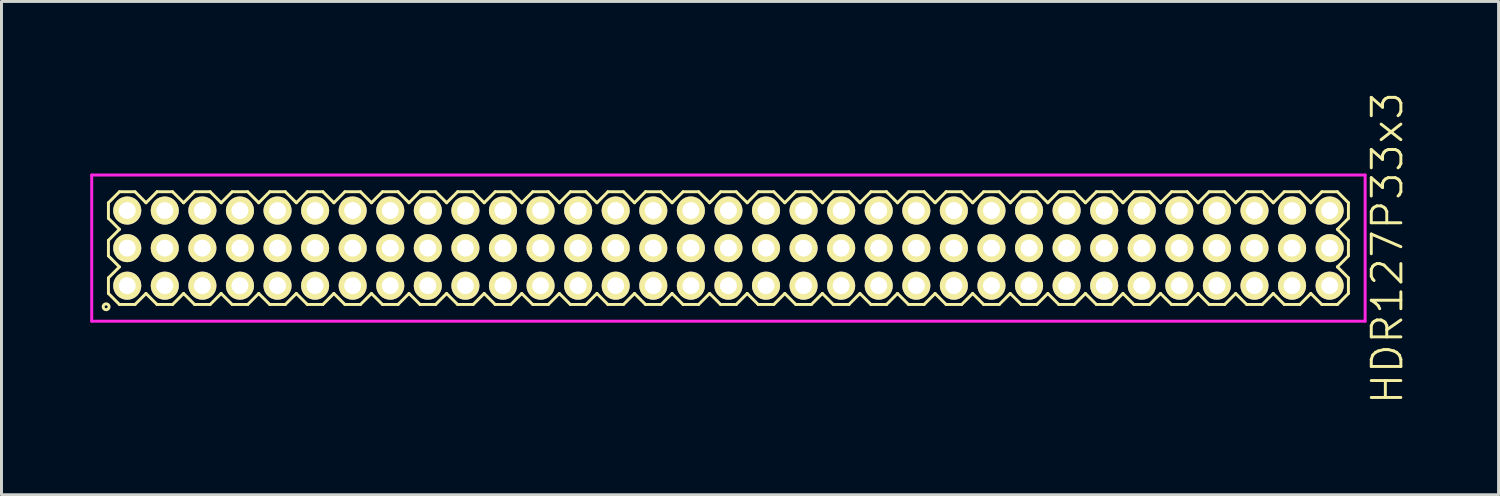
<source format=kicad_pcb>
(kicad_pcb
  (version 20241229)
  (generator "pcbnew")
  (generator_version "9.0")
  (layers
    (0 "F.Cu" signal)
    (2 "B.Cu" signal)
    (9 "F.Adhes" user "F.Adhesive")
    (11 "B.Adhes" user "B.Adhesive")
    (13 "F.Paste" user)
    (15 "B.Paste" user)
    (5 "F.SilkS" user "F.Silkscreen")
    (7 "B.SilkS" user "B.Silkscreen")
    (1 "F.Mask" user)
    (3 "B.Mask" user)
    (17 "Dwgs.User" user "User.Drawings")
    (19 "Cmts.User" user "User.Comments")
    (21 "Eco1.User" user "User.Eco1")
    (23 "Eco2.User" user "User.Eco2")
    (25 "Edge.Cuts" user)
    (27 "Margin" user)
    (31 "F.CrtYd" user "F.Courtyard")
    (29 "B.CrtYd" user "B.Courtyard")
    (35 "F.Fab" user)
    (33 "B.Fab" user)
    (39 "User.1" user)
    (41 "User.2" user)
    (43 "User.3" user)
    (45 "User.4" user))
  (footprint "HDR127P33x3"
    (layer "F.Cu")
    (at 21.57 5.336)
    (property "Reference" "HDR127P33x3" (at 22.27 0 90) (layer "F.SilkS") (effects (font (size 1 1) (thickness 0.1))))
    (attr through_hole)
    (fp_line (start -20.955 -1.533) (end -20.583 -1.905) (stroke (width 0.1) (type solid)) (layer "F.SilkS"))
    (fp_line (start -20.955 -1.007) (end -20.955 -1.533) (stroke (width 0.1) (type solid)) (layer "F.SilkS"))
    (fp_line (start -20.955 -0.263) (end -20.583 -0.635) (stroke (width 0.1) (type solid)) (layer "F.SilkS"))
    (fp_line (start -20.955 0.263) (end -20.955 -0.263) (stroke (width 0.1) (type solid)) (layer "F.SilkS"))
    (fp_line (start -20.955 1.007) (end -20.583 0.635) (stroke (width 0.1) (type solid)) (layer "F.SilkS"))
    (fp_line (start -20.955 1.533) (end -20.955 1.007) (stroke (width 0.1) (type solid)) (layer "F.SilkS"))
    (fp_line (start -20.583 -1.905) (end -20.057 -1.905) (stroke (width 0.1) (type solid)) (layer "F.SilkS"))
    (fp_line (start -20.583 -0.635) (end -20.955 -1.007) (stroke (width 0.1) (type solid)) (layer "F.SilkS"))
    (fp_line (start -20.583 0.635) (end -20.955 0.263) (stroke (width 0.1) (type solid)) (layer "F.SilkS"))
    (fp_line (start -20.583 1.905) (end -20.955 1.533) (stroke (width 0.1) (type solid)) (layer "F.SilkS"))
    (fp_line (start -20.057 -1.905) (end -19.685 -1.533) (stroke (width 0.1) (type solid)) (layer "F.SilkS"))
    (fp_line (start -20.057 1.905) (end -20.583 1.905) (stroke (width 0.1) (type solid)) (layer "F.SilkS"))
    (fp_line (start -19.685 -1.533) (end -19.313 -1.905) (stroke (width 0.1) (type solid)) (layer "F.SilkS"))
    (fp_line (start -19.685 1.533) (end -20.057 1.905) (stroke (width 0.1) (type solid)) (layer "F.SilkS"))
    (fp_line (start -19.313 -1.905) (end -18.787 -1.905) (stroke (width 0.1) (type solid)) (layer "F.SilkS"))
    (fp_line (start -19.313 1.905) (end -19.685 1.533) (stroke (width 0.1) (type solid)) (layer "F.SilkS"))
    (fp_line (start -18.787 -1.905) (end -18.415 -1.533) (stroke (width 0.1) (type solid)) (layer "F.SilkS"))
    (fp_line (start -18.787 1.905) (end -19.313 1.905) (stroke (width 0.1) (type solid)) (layer "F.SilkS"))
    (fp_line (start -18.415 -1.533) (end -18.043 -1.905) (stroke (width 0.1) (type solid)) (layer "F.SilkS"))
    (fp_line (start -18.415 1.533) (end -18.787 1.905) (stroke (width 0.1) (type solid)) (layer "F.SilkS"))
    (fp_line (start -18.043 -1.905) (end -17.517 -1.905) (stroke (width 0.1) (type solid)) (layer "F.SilkS"))
    (fp_line (start -18.043 1.905) (end -18.415 1.533) (stroke (width 0.1) (type solid)) (layer "F.SilkS"))
    (fp_line (start -17.517 -1.905) (end -17.145 -1.533) (stroke (width 0.1) (type solid)) (layer "F.SilkS"))
    (fp_line (start -17.517 1.905) (end -18.043 1.905) (stroke (width 0.1) (type solid)) (layer "F.SilkS"))
    (fp_line (start -17.145 -1.533) (end -16.773 -1.905) (stroke (width 0.1) (type solid)) (layer "F.SilkS"))
    (fp_line (start -17.145 1.533) (end -17.517 1.905) (stroke (width 0.1) (type solid)) (layer "F.SilkS"))
    (fp_line (start -16.773 -1.905) (end -16.247 -1.905) (stroke (width 0.1) (type solid)) (layer "F.SilkS"))
    (fp_line (start -16.773 1.905) (end -17.145 1.533) (stroke (width 0.1) (type solid)) (layer "F.SilkS"))
    (fp_line (start -16.247 -1.905) (end -15.875 -1.533) (stroke (width 0.1) (type solid)) (layer "F.SilkS"))
    (fp_line (start -16.247 1.905) (end -16.773 1.905) (stroke (width 0.1) (type solid)) (layer "F.SilkS"))
    (fp_line (start -15.875 -1.533) (end -15.503 -1.905) (stroke (width 0.1) (type solid)) (layer "F.SilkS"))
    (fp_line (start -15.875 1.533) (end -16.247 1.905) (stroke (width 0.1) (type solid)) (layer "F.SilkS"))
    (fp_line (start -15.503 -1.905) (end -14.977 -1.905) (stroke (width 0.1) (type solid)) (layer "F.SilkS"))
    (fp_line (start -15.503 1.905) (end -15.875 1.533) (stroke (width 0.1) (type solid)) (layer "F.SilkS"))
    (fp_line (start -14.977 -1.905) (end -14.605 -1.533) (stroke (width 0.1) (type solid)) (layer "F.SilkS"))
    (fp_line (start -14.977 1.905) (end -15.503 1.905) (stroke (width 0.1) (type solid)) (layer "F.SilkS"))
    (fp_line (start -14.605 -1.533) (end -14.233 -1.905) (stroke (width 0.1) (type solid)) (layer "F.SilkS"))
    (fp_line (start -14.605 1.533) (end -14.977 1.905) (stroke (width 0.1) (type solid)) (layer "F.SilkS"))
    (fp_line (start -14.233 -1.905) (end -13.707 -1.905) (stroke (width 0.1) (type solid)) (layer "F.SilkS"))
    (fp_line (start -14.233 1.905) (end -14.605 1.533) (stroke (width 0.1) (type solid)) (layer "F.SilkS"))
    (fp_line (start -13.707 -1.905) (end -13.335 -1.533) (stroke (width 0.1) (type solid)) (layer "F.SilkS"))
    (fp_line (start -13.707 1.905) (end -14.233 1.905) (stroke (width 0.1) (type solid)) (layer "F.SilkS"))
    (fp_line (start -13.335 -1.533) (end -12.963 -1.905) (stroke (width 0.1) (type solid)) (layer "F.SilkS"))
    (fp_line (start -13.335 1.533) (end -13.707 1.905) (stroke (width 0.1) (type solid)) (layer "F.SilkS"))
    (fp_line (start -12.963 -1.905) (end -12.437 -1.905) (stroke (width 0.1) (type solid)) (layer "F.SilkS"))
    (fp_line (start -12.963 1.905) (end -13.335 1.533) (stroke (width 0.1) (type solid)) (layer "F.SilkS"))
    (fp_line (start -12.437 -1.905) (end -12.065 -1.533) (stroke (width 0.1) (type solid)) (layer "F.SilkS"))
    (fp_line (start -12.437 1.905) (end -12.963 1.905) (stroke (width 0.1) (type solid)) (layer "F.SilkS"))
    (fp_line (start -12.065 -1.533) (end -11.693 -1.905) (stroke (width 0.1) (type solid)) (layer "F.SilkS"))
    (fp_line (start -12.065 1.533) (end -12.437 1.905) (stroke (width 0.1) (type solid)) (layer "F.SilkS"))
    (fp_line (start -11.693 -1.905) (end -11.167 -1.905) (stroke (width 0.1) (type solid)) (layer "F.SilkS"))
    (fp_line (start -11.693 1.905) (end -12.065 1.533) (stroke (width 0.1) (type solid)) (layer "F.SilkS"))
    (fp_line (start -11.167 -1.905) (end -10.795 -1.533) (stroke (width 0.1) (type solid)) (layer "F.SilkS"))
    (fp_line (start -11.167 1.905) (end -11.693 1.905) (stroke (width 0.1) (type solid)) (layer "F.SilkS"))
    (fp_line (start -10.795 -1.533) (end -10.423 -1.905) (stroke (width 0.1) (type solid)) (layer "F.SilkS"))
    (fp_line (start -10.795 1.533) (end -11.167 1.905) (stroke (width 0.1) (type solid)) (layer "F.SilkS"))
    (fp_line (start -10.423 -1.905) (end -9.897 -1.905) (stroke (width 0.1) (type solid)) (layer "F.SilkS"))
    (fp_line (start -10.423 1.905) (end -10.795 1.533) (stroke (width 0.1) (type solid)) (layer "F.SilkS"))
    (fp_line (start -9.897 -1.905) (end -9.525 -1.533) (stroke (width 0.1) (type solid)) (layer "F.SilkS"))
    (fp_line (start -9.897 1.905) (end -10.423 1.905) (stroke (width 0.1) (type solid)) (layer "F.SilkS"))
    (fp_line (start -9.525 -1.533) (end -9.153 -1.905) (stroke (width 0.1) (type solid)) (layer "F.SilkS"))
    (fp_line (start -9.525 1.533) (end -9.897 1.905) (stroke (width 0.1) (type solid)) (layer "F.SilkS"))
    (fp_line (start -9.153 -1.905) (end -8.627 -1.905) (stroke (width 0.1) (type solid)) (layer "F.SilkS"))
    (fp_line (start -9.153 1.905) (end -9.525 1.533) (stroke (width 0.1) (type solid)) (layer "F.SilkS"))
    (fp_line (start -8.627 -1.905) (end -8.255 -1.533) (stroke (width 0.1) (type solid)) (layer "F.SilkS"))
    (fp_line (start -8.627 1.905) (end -9.153 1.905) (stroke (width 0.1) (type solid)) (layer "F.SilkS"))
    (fp_line (start -8.255 -1.533) (end -7.883 -1.905) (stroke (width 0.1) (type solid)) (layer "F.SilkS"))
    (fp_line (start -8.255 1.533) (end -8.627 1.905) (stroke (width 0.1) (type solid)) (layer "F.SilkS"))
    (fp_line (start -7.883 -1.905) (end -7.357 -1.905) (stroke (width 0.1) (type solid)) (layer "F.SilkS"))
    (fp_line (start -7.883 1.905) (end -8.255 1.533) (stroke (width 0.1) (type solid)) (layer "F.SilkS"))
    (fp_line (start -7.357 -1.905) (end -6.985 -1.533) (stroke (width 0.1) (type solid)) (layer "F.SilkS"))
    (fp_line (start -7.357 1.905) (end -7.883 1.905) (stroke (width 0.1) (type solid)) (layer "F.SilkS"))
    (fp_line (start -6.985 -1.533) (end -6.613 -1.905) (stroke (width 0.1) (type solid)) (layer "F.SilkS"))
    (fp_line (start -6.985 1.533) (end -7.357 1.905) (stroke (width 0.1) (type solid)) (layer "F.SilkS"))
    (fp_line (start -6.613 -1.905) (end -6.087 -1.905) (stroke (width 0.1) (type solid)) (layer "F.SilkS"))
    (fp_line (start -6.613 1.905) (end -6.985 1.533) (stroke (width 0.1) (type solid)) (layer "F.SilkS"))
    (fp_line (start -6.087 -1.905) (end -5.715 -1.533) (stroke (width 0.1) (type solid)) (layer "F.SilkS"))
    (fp_line (start -6.087 1.905) (end -6.613 1.905) (stroke (width 0.1) (type solid)) (layer "F.SilkS"))
    (fp_line (start -5.715 -1.533) (end -5.343 -1.905) (stroke (width 0.1) (type solid)) (layer "F.SilkS"))
    (fp_line (start -5.715 1.533) (end -6.087 1.905) (stroke (width 0.1) (type solid)) (layer "F.SilkS"))
    (fp_line (start -5.343 -1.905) (end -4.817 -1.905) (stroke (width 0.1) (type solid)) (layer "F.SilkS"))
    (fp_line (start -5.343 1.905) (end -5.715 1.533) (stroke (width 0.1) (type solid)) (layer "F.SilkS"))
    (fp_line (start -4.817 -1.905) (end -4.445 -1.533) (stroke (width 0.1) (type solid)) (layer "F.SilkS"))
    (fp_line (start -4.817 1.905) (end -5.343 1.905) (stroke (width 0.1) (type solid)) (layer "F.SilkS"))
    (fp_line (start -4.445 -1.533) (end -4.073 -1.905) (stroke (width 0.1) (type solid)) (layer "F.SilkS"))
    (fp_line (start -4.445 1.533) (end -4.817 1.905) (stroke (width 0.1) (type solid)) (layer "F.SilkS"))
    (fp_line (start -4.073 -1.905) (end -3.547 -1.905) (stroke (width 0.1) (type solid)) (layer "F.SilkS"))
    (fp_line (start -4.073 1.905) (end -4.445 1.533) (stroke (width 0.1) (type solid)) (layer "F.SilkS"))
    (fp_line (start -3.547 -1.905) (end -3.175 -1.533) (stroke (width 0.1) (type solid)) (layer "F.SilkS"))
    (fp_line (start -3.547 1.905) (end -4.073 1.905) (stroke (width 0.1) (type solid)) (layer "F.SilkS"))
    (fp_line (start -3.175 -1.533) (end -2.803 -1.905) (stroke (width 0.1) (type solid)) (layer "F.SilkS"))
    (fp_line (start -3.175 1.533) (end -3.547 1.905) (stroke (width 0.1) (type solid)) (layer "F.SilkS"))
    (fp_line (start -2.803 -1.905) (end -2.277 -1.905) (stroke (width 0.1) (type solid)) (layer "F.SilkS"))
    (fp_line (start -2.803 1.905) (end -3.175 1.533) (stroke (width 0.1) (type solid)) (layer "F.SilkS"))
    (fp_line (start -2.277 -1.905) (end -1.905 -1.533) (stroke (width 0.1) (type solid)) (layer "F.SilkS"))
    (fp_line (start -2.277 1.905) (end -2.803 1.905) (stroke (width 0.1) (type solid)) (layer "F.SilkS"))
    (fp_line (start -1.905 -1.533) (end -1.533 -1.905) (stroke (width 0.1) (type solid)) (layer "F.SilkS"))
    (fp_line (start -1.905 1.533) (end -2.277 1.905) (stroke (width 0.1) (type solid)) (layer "F.SilkS"))
    (fp_line (start -1.533 -1.905) (end -1.007 -1.905) (stroke (width 0.1) (type solid)) (layer "F.SilkS"))
    (fp_line (start -1.533 1.905) (end -1.905 1.533) (stroke (width 0.1) (type solid)) (layer "F.SilkS"))
    (fp_line (start -1.007 -1.905) (end -0.635 -1.533) (stroke (width 0.1) (type solid)) (layer "F.SilkS"))
    (fp_line (start -1.007 1.905) (end -1.533 1.905) (stroke (width 0.1) (type solid)) (layer "F.SilkS"))
    (fp_line (start -0.635 -1.533) (end -0.263 -1.905) (stroke (width 0.1) (type solid)) (layer "F.SilkS"))
    (fp_line (start -0.635 1.533) (end -1.007 1.905) (stroke (width 0.1) (type solid)) (layer "F.SilkS"))
    (fp_line (start -0.263 -1.905) (end 0.263 -1.905) (stroke (width 0.1) (type solid)) (layer "F.SilkS"))
    (fp_line (start -0.263 1.905) (end -0.635 1.533) (stroke (width 0.1) (type solid)) (layer "F.SilkS"))
    (fp_line (start 0.263 -1.905) (end 0.635 -1.533) (stroke (width 0.1) (type solid)) (layer "F.SilkS"))
    (fp_line (start 0.263 1.905) (end -0.263 1.905) (stroke (width 0.1) (type solid)) (layer "F.SilkS"))
    (fp_line (start 0.635 -1.533) (end 1.007 -1.905) (stroke (width 0.1) (type solid)) (layer "F.SilkS"))
    (fp_line (start 0.635 1.533) (end 0.263 1.905) (stroke (width 0.1) (type solid)) (layer "F.SilkS"))
    (fp_line (start 1.007 -1.905) (end 1.533 -1.905) (stroke (width 0.1) (type solid)) (layer "F.SilkS"))
    (fp_line (start 1.007 1.905) (end 0.635 1.533) (stroke (width 0.1) (type solid)) (layer "F.SilkS"))
    (fp_line (start 1.533 -1.905) (end 1.905 -1.533) (stroke (width 0.1) (type solid)) (layer "F.SilkS"))
    (fp_line (start 1.533 1.905) (end 1.007 1.905) (stroke (width 0.1) (type solid)) (layer "F.SilkS"))
    (fp_line (start 1.905 -1.533) (end 2.277 -1.905) (stroke (width 0.1) (type solid)) (layer "F.SilkS"))
    (fp_line (start 1.905 1.533) (end 1.533 1.905) (stroke (width 0.1) (type solid)) (layer "F.SilkS"))
    (fp_line (start 2.277 -1.905) (end 2.803 -1.905) (stroke (width 0.1) (type solid)) (layer "F.SilkS"))
    (fp_line (start 2.277 1.905) (end 1.905 1.533) (stroke (width 0.1) (type solid)) (layer "F.SilkS"))
    (fp_line (start 2.803 -1.905) (end 3.175 -1.533) (stroke (width 0.1) (type solid)) (layer "F.SilkS"))
    (fp_line (start 2.803 1.905) (end 2.277 1.905) (stroke (width 0.1) (type solid)) (layer "F.SilkS"))
    (fp_line (start 3.175 -1.533) (end 3.547 -1.905) (stroke (width 0.1) (type solid)) (layer "F.SilkS"))
    (fp_line (start 3.175 1.533) (end 2.803 1.905) (stroke (width 0.1) (type solid)) (layer "F.SilkS"))
    (fp_line (start 3.547 -1.905) (end 4.073 -1.905) (stroke (width 0.1) (type solid)) (layer "F.SilkS"))
    (fp_line (start 3.547 1.905) (end 3.175 1.533) (stroke (width 0.1) (type solid)) (layer "F.SilkS"))
    (fp_line (start 4.073 -1.905) (end 4.445 -1.533) (stroke (width 0.1) (type solid)) (layer "F.SilkS"))
    (fp_line (start 4.073 1.905) (end 3.547 1.905) (stroke (width 0.1) (type solid)) (layer "F.SilkS"))
    (fp_line (start 4.445 -1.533) (end 4.817 -1.905) (stroke (width 0.1) (type solid)) (layer "F.SilkS"))
    (fp_line (start 4.445 1.533) (end 4.073 1.905) (stroke (width 0.1) (type solid)) (layer "F.SilkS"))
    (fp_line (start 4.817 -1.905) (end 5.343 -1.905) (stroke (width 0.1) (type solid)) (layer "F.SilkS"))
    (fp_line (start 4.817 1.905) (end 4.445 1.533) (stroke (width 0.1) (type solid)) (layer "F.SilkS"))
    (fp_line (start 5.343 -1.905) (end 5.715 -1.533) (stroke (width 0.1) (type solid)) (layer "F.SilkS"))
    (fp_line (start 5.343 1.905) (end 4.817 1.905) (stroke (width 0.1) (type solid)) (layer "F.SilkS"))
    (fp_line (start 5.715 -1.533) (end 6.087 -1.905) (stroke (width 0.1) (type solid)) (layer "F.SilkS"))
    (fp_line (start 5.715 1.533) (end 5.343 1.905) (stroke (width 0.1) (type solid)) (layer "F.SilkS"))
    (fp_line (start 6.087 -1.905) (end 6.613 -1.905) (stroke (width 0.1) (type solid)) (layer "F.SilkS"))
    (fp_line (start 6.087 1.905) (end 5.715 1.533) (stroke (width 0.1) (type solid)) (layer "F.SilkS"))
    (fp_line (start 6.613 -1.905) (end 6.985 -1.533) (stroke (width 0.1) (type solid)) (layer "F.SilkS"))
    (fp_line (start 6.613 1.905) (end 6.087 1.905) (stroke (width 0.1) (type solid)) (layer "F.SilkS"))
    (fp_line (start 6.985 -1.533) (end 7.357 -1.905) (stroke (width 0.1) (type solid)) (layer "F.SilkS"))
    (fp_line (start 6.985 1.533) (end 6.613 1.905) (stroke (width 0.1) (type solid)) (layer "F.SilkS"))
    (fp_line (start 7.357 -1.905) (end 7.883 -1.905) (stroke (width 0.1) (type solid)) (layer "F.SilkS"))
    (fp_line (start 7.357 1.905) (end 6.985 1.533) (stroke (width 0.1) (type solid)) (layer "F.SilkS"))
    (fp_line (start 7.883 -1.905) (end 8.255 -1.533) (stroke (width 0.1) (type solid)) (layer "F.SilkS"))
    (fp_line (start 7.883 1.905) (end 7.357 1.905) (stroke (width 0.1) (type solid)) (layer "F.SilkS"))
    (fp_line (start 8.255 -1.533) (end 8.627 -1.905) (stroke (width 0.1) (type solid)) (layer "F.SilkS"))
    (fp_line (start 8.255 1.533) (end 7.883 1.905) (stroke (width 0.1) (type solid)) (layer "F.SilkS"))
    (fp_line (start 8.627 -1.905) (end 9.153 -1.905) (stroke (width 0.1) (type solid)) (layer "F.SilkS"))
    (fp_line (start 8.627 1.905) (end 8.255 1.533) (stroke (width 0.1) (type solid)) (layer "F.SilkS"))
    (fp_line (start 9.153 -1.905) (end 9.525 -1.533) (stroke (width 0.1) (type solid)) (layer "F.SilkS"))
    (fp_line (start 9.153 1.905) (end 8.627 1.905) (stroke (width 0.1) (type solid)) (layer "F.SilkS"))
    (fp_line (start 9.525 -1.533) (end 9.897 -1.905) (stroke (width 0.1) (type solid)) (layer "F.SilkS"))
    (fp_line (start 9.525 1.533) (end 9.153 1.905) (stroke (width 0.1) (type solid)) (layer "F.SilkS"))
    (fp_line (start 9.897 -1.905) (end 10.423 -1.905) (stroke (width 0.1) (type solid)) (layer "F.SilkS"))
    (fp_line (start 9.897 1.905) (end 9.525 1.533) (stroke (width 0.1) (type solid)) (layer "F.SilkS"))
    (fp_line (start 10.423 -1.905) (end 10.795 -1.533) (stroke (width 0.1) (type solid)) (layer "F.SilkS"))
    (fp_line (start 10.423 1.905) (end 9.897 1.905) (stroke (width 0.1) (type solid)) (layer "F.SilkS"))
    (fp_line (start 10.795 -1.533) (end 11.167 -1.905) (stroke (width 0.1) (type solid)) (layer "F.SilkS"))
    (fp_line (start 10.795 1.533) (end 10.423 1.905) (stroke (width 0.1) (type solid)) (layer "F.SilkS"))
    (fp_line (start 11.167 -1.905) (end 11.693 -1.905) (stroke (width 0.1) (type solid)) (layer "F.SilkS"))
    (fp_line (start 11.167 1.905) (end 10.795 1.533) (stroke (width 0.1) (type solid)) (layer "F.SilkS"))
    (fp_line (start 11.693 -1.905) (end 12.065 -1.533) (stroke (width 0.1) (type solid)) (layer "F.SilkS"))
    (fp_line (start 11.693 1.905) (end 11.167 1.905) (stroke (width 0.1) (type solid)) (layer "F.SilkS"))
    (fp_line (start 12.065 -1.533) (end 12.437 -1.905) (stroke (width 0.1) (type solid)) (layer "F.SilkS"))
    (fp_line (start 12.065 1.533) (end 11.693 1.905) (stroke (width 0.1) (type solid)) (layer "F.SilkS"))
    (fp_line (start 12.437 -1.905) (end 12.963 -1.905) (stroke (width 0.1) (type solid)) (layer "F.SilkS"))
    (fp_line (start 12.437 1.905) (end 12.065 1.533) (stroke (width 0.1) (type solid)) (layer "F.SilkS"))
    (fp_line (start 12.963 -1.905) (end 13.335 -1.533) (stroke (width 0.1) (type solid)) (layer "F.SilkS"))
    (fp_line (start 12.963 1.905) (end 12.437 1.905) (stroke (width 0.1) (type solid)) (layer "F.SilkS"))
    (fp_line (start 13.335 -1.533) (end 13.707 -1.905) (stroke (width 0.1) (type solid)) (layer "F.SilkS"))
    (fp_line (start 13.335 1.533) (end 12.963 1.905) (stroke (width 0.1) (type solid)) (layer "F.SilkS"))
    (fp_line (start 13.707 -1.905) (end 14.233 -1.905) (stroke (width 0.1) (type solid)) (layer "F.SilkS"))
    (fp_line (start 13.707 1.905) (end 13.335 1.533) (stroke (width 0.1) (type solid)) (layer "F.SilkS"))
    (fp_line (start 14.233 -1.905) (end 14.605 -1.533) (stroke (width 0.1) (type solid)) (layer "F.SilkS"))
    (fp_line (start 14.233 1.905) (end 13.707 1.905) (stroke (width 0.1) (type solid)) (layer "F.SilkS"))
    (fp_line (start 14.605 -1.533) (end 14.977 -1.905) (stroke (width 0.1) (type solid)) (layer "F.SilkS"))
    (fp_line (start 14.605 1.533) (end 14.233 1.905) (stroke (width 0.1) (type solid)) (layer "F.SilkS"))
    (fp_line (start 14.977 -1.905) (end 15.503 -1.905) (stroke (width 0.1) (type solid)) (layer "F.SilkS"))
    (fp_line (start 14.977 1.905) (end 14.605 1.533) (stroke (width 0.1) (type solid)) (layer "F.SilkS"))
    (fp_line (start 15.503 -1.905) (end 15.875 -1.533) (stroke (width 0.1) (type solid)) (layer "F.SilkS"))
    (fp_line (start 15.503 1.905) (end 14.977 1.905) (stroke (width 0.1) (type solid)) (layer "F.SilkS"))
    (fp_line (start 15.875 -1.533) (end 16.247 -1.905) (stroke (width 0.1) (type solid)) (layer "F.SilkS"))
    (fp_line (start 15.875 1.533) (end 15.503 1.905) (stroke (width 0.1) (type solid)) (layer "F.SilkS"))
    (fp_line (start 16.247 -1.905) (end 16.773 -1.905) (stroke (width 0.1) (type solid)) (layer "F.SilkS"))
    (fp_line (start 16.247 1.905) (end 15.875 1.533) (stroke (width 0.1) (type solid)) (layer "F.SilkS"))
    (fp_line (start 16.773 -1.905) (end 17.145 -1.533) (stroke (width 0.1) (type solid)) (layer "F.SilkS"))
    (fp_line (start 16.773 1.905) (end 16.247 1.905) (stroke (width 0.1) (type solid)) (layer "F.SilkS"))
    (fp_line (start 17.145 -1.533) (end 17.517 -1.905) (stroke (width 0.1) (type solid)) (layer "F.SilkS"))
    (fp_line (start 17.145 1.533) (end 16.773 1.905) (stroke (width 0.1) (type solid)) (layer "F.SilkS"))
    (fp_line (start 17.517 -1.905) (end 18.043 -1.905) (stroke (width 0.1) (type solid)) (layer "F.SilkS"))
    (fp_line (start 17.517 1.905) (end 17.145 1.533) (stroke (width 0.1) (type solid)) (layer "F.SilkS"))
    (fp_line (start 18.043 -1.905) (end 18.415 -1.533) (stroke (width 0.1) (type solid)) (layer "F.SilkS"))
    (fp_line (start 18.043 1.905) (end 17.517 1.905) (stroke (width 0.1) (type solid)) (layer "F.SilkS"))
    (fp_line (start 18.415 -1.533) (end 18.787 -1.905) (stroke (width 0.1) (type solid)) (layer "F.SilkS"))
    (fp_line (start 18.415 1.533) (end 18.043 1.905) (stroke (width 0.1) (type solid)) (layer "F.SilkS"))
    (fp_line (start 18.787 -1.905) (end 19.313 -1.905) (stroke (width 0.1) (type solid)) (layer "F.SilkS"))
    (fp_line (start 18.787 1.905) (end 18.415 1.533) (stroke (width 0.1) (type solid)) (layer "F.SilkS"))
    (fp_line (start 19.313 -1.905) (end 19.685 -1.533) (stroke (width 0.1) (type solid)) (layer "F.SilkS"))
    (fp_line (start 19.313 1.905) (end 18.787 1.905) (stroke (width 0.1) (type solid)) (layer "F.SilkS"))
    (fp_line (start 19.685 -1.533) (end 20.057 -1.905) (stroke (width 0.1) (type solid)) (layer "F.SilkS"))
    (fp_line (start 19.685 1.533) (end 19.313 1.905) (stroke (width 0.1) (type solid)) (layer "F.SilkS"))
    (fp_line (start 20.057 -1.905) (end 20.583 -1.905) (stroke (width 0.1) (type solid)) (layer "F.SilkS"))
    (fp_line (start 20.057 1.905) (end 19.685 1.533) (stroke (width 0.1) (type solid)) (layer "F.SilkS"))
    (fp_line (start 20.583 -1.905) (end 20.955 -1.533) (stroke (width 0.1) (type solid)) (layer "F.SilkS"))
    (fp_line (start 20.583 -0.635) (end 20.955 -0.263) (stroke (width 0.1) (type solid)) (layer "F.SilkS"))
    (fp_line (start 20.583 0.635) (end 20.955 1.007) (stroke (width 0.1) (type solid)) (layer "F.SilkS"))
    (fp_line (start 20.583 1.905) (end 20.057 1.905) (stroke (width 0.1) (type solid)) (layer "F.SilkS"))
    (fp_line (start 20.955 -1.533) (end 20.955 -1.007) (stroke (width 0.1) (type solid)) (layer "F.SilkS"))
    (fp_line (start 20.955 -1.007) (end 20.583 -0.635) (stroke (width 0.1) (type solid)) (layer "F.SilkS"))
    (fp_line (start 20.955 -0.263) (end 20.955 0.263) (stroke (width 0.1) (type solid)) (layer "F.SilkS"))
    (fp_line (start 20.955 0.263) (end 20.583 0.635) (stroke (width 0.1) (type solid)) (layer "F.SilkS"))
    (fp_line (start 20.955 1.007) (end 20.955 1.533) (stroke (width 0.1) (type solid)) (layer "F.SilkS"))
    (fp_line (start 20.955 1.533) (end 20.583 1.905) (stroke (width 0.1) (type solid)) (layer "F.SilkS"))
    (fp_circle (center -21.033 1.983) (end -20.933 1.983) (stroke (width 0.1) (type solid)) (fill no) (layer "F.SilkS"))
    (fp_line (start -21.52 -2.47) (end -21.52 2.47) (stroke (width 0.1) (type solid)) (layer "F.CrtYd"))
    (fp_line (start -21.52 2.47) (end 21.52 2.47) (stroke (width 0.1) (type solid)) (layer "F.CrtYd"))
    (fp_line (start 21.52 -2.47) (end -21.52 -2.47) (stroke (width 0.1) (type solid)) (layer "F.CrtYd"))
    (fp_line (start 21.52 2.47) (end 21.52 -2.47) (stroke (width 0.1) (type solid)) (layer "F.CrtYd"))
    (pad "1" thru_hole oval (at -20.32 1.27) (size 0.95 0.95) (drill 0.57) (layers "*.Cu" "*.Mask" "F.SilkS"))
    (pad "2" thru_hole oval (at -20.32 0) (size 0.95 0.95) (drill 0.57) (layers "*.Cu" "*.Mask" "F.SilkS"))
    (pad "3" thru_hole oval (at -20.32 -1.27) (size 0.95 0.95) (drill 0.57) (layers "*.Cu" "*.Mask" "F.SilkS"))
    (pad "4" thru_hole oval (at -19.05 1.27) (size 0.95 0.95) (drill 0.57) (layers "*.Cu" "*.Mask" "F.SilkS"))
    (pad "5" thru_hole oval (at -19.05 0) (size 0.95 0.95) (drill 0.57) (layers "*.Cu" "*.Mask" "F.SilkS"))
    (pad "6" thru_hole oval (at -19.05 -1.27) (size 0.95 0.95) (drill 0.57) (layers "*.Cu" "*.Mask" "F.SilkS"))
    (pad "7" thru_hole oval (at -17.78 1.27) (size 0.95 0.95) (drill 0.57) (layers "*.Cu" "*.Mask" "F.SilkS"))
    (pad "8" thru_hole oval (at -17.78 0) (size 0.95 0.95) (drill 0.57) (layers "*.Cu" "*.Mask" "F.SilkS"))
    (pad "9" thru_hole oval (at -17.78 -1.27) (size 0.95 0.95) (drill 0.57) (layers "*.Cu" "*.Mask" "F.SilkS"))
    (pad "10" thru_hole oval (at -16.51 1.27) (size 0.95 0.95) (drill 0.57) (layers "*.Cu" "*.Mask" "F.SilkS"))
    (pad "11" thru_hole oval (at -16.51 0) (size 0.95 0.95) (drill 0.57) (layers "*.Cu" "*.Mask" "F.SilkS"))
    (pad "12" thru_hole oval (at -16.51 -1.27) (size 0.95 0.95) (drill 0.57) (layers "*.Cu" "*.Mask" "F.SilkS"))
    (pad "13" thru_hole oval (at -15.24 1.27) (size 0.95 0.95) (drill 0.57) (layers "*.Cu" "*.Mask" "F.SilkS"))
    (pad "14" thru_hole oval (at -15.24 0) (size 0.95 0.95) (drill 0.57) (layers "*.Cu" "*.Mask" "F.SilkS"))
    (pad "15" thru_hole oval (at -15.24 -1.27) (size 0.95 0.95) (drill 0.57) (layers "*.Cu" "*.Mask" "F.SilkS"))
    (pad "16" thru_hole oval (at -13.97 1.27) (size 0.95 0.95) (drill 0.57) (layers "*.Cu" "*.Mask" "F.SilkS"))
    (pad "17" thru_hole oval (at -13.97 0) (size 0.95 0.95) (drill 0.57) (layers "*.Cu" "*.Mask" "F.SilkS"))
    (pad "18" thru_hole oval (at -13.97 -1.27) (size 0.95 0.95) (drill 0.57) (layers "*.Cu" "*.Mask" "F.SilkS"))
    (pad "19" thru_hole oval (at -12.7 1.27) (size 0.95 0.95) (drill 0.57) (layers "*.Cu" "*.Mask" "F.SilkS"))
    (pad "20" thru_hole oval (at -12.7 0) (size 0.95 0.95) (drill 0.57) (layers "*.Cu" "*.Mask" "F.SilkS"))
    (pad "21" thru_hole oval (at -12.7 -1.27) (size 0.95 0.95) (drill 0.57) (layers "*.Cu" "*.Mask" "F.SilkS"))
    (pad "22" thru_hole oval (at -11.43 1.27) (size 0.95 0.95) (drill 0.57) (layers "*.Cu" "*.Mask" "F.SilkS"))
    (pad "23" thru_hole oval (at -11.43 0) (size 0.95 0.95) (drill 0.57) (layers "*.Cu" "*.Mask" "F.SilkS"))
    (pad "24" thru_hole oval (at -11.43 -1.27) (size 0.95 0.95) (drill 0.57) (layers "*.Cu" "*.Mask" "F.SilkS"))
    (pad "25" thru_hole oval (at -10.16 1.27) (size 0.95 0.95) (drill 0.57) (layers "*.Cu" "*.Mask" "F.SilkS"))
    (pad "26" thru_hole oval (at -10.16 0) (size 0.95 0.95) (drill 0.57) (layers "*.Cu" "*.Mask" "F.SilkS"))
    (pad "27" thru_hole oval (at -10.16 -1.27) (size 0.95 0.95) (drill 0.57) (layers "*.Cu" "*.Mask" "F.SilkS"))
    (pad "28" thru_hole oval (at -8.89 1.27) (size 0.95 0.95) (drill 0.57) (layers "*.Cu" "*.Mask" "F.SilkS"))
    (pad "29" thru_hole oval (at -8.89 0) (size 0.95 0.95) (drill 0.57) (layers "*.Cu" "*.Mask" "F.SilkS"))
    (pad "30" thru_hole oval (at -8.89 -1.27) (size 0.95 0.95) (drill 0.57) (layers "*.Cu" "*.Mask" "F.SilkS"))
    (pad "31" thru_hole oval (at -7.62 1.27) (size 0.95 0.95) (drill 0.57) (layers "*.Cu" "*.Mask" "F.SilkS"))
    (pad "32" thru_hole oval (at -7.62 0) (size 0.95 0.95) (drill 0.57) (layers "*.Cu" "*.Mask" "F.SilkS"))
    (pad "33" thru_hole oval (at -7.62 -1.27) (size 0.95 0.95) (drill 0.57) (layers "*.Cu" "*.Mask" "F.SilkS"))
    (pad "34" thru_hole oval (at -6.35 1.27) (size 0.95 0.95) (drill 0.57) (layers "*.Cu" "*.Mask" "F.SilkS"))
    (pad "35" thru_hole oval (at -6.35 0) (size 0.95 0.95) (drill 0.57) (layers "*.Cu" "*.Mask" "F.SilkS"))
    (pad "36" thru_hole oval (at -6.35 -1.27) (size 0.95 0.95) (drill 0.57) (layers "*.Cu" "*.Mask" "F.SilkS"))
    (pad "37" thru_hole oval (at -5.08 1.27) (size 0.95 0.95) (drill 0.57) (layers "*.Cu" "*.Mask" "F.SilkS"))
    (pad "38" thru_hole oval (at -5.08 0) (size 0.95 0.95) (drill 0.57) (layers "*.Cu" "*.Mask" "F.SilkS"))
    (pad "39" thru_hole oval (at -5.08 -1.27) (size 0.95 0.95) (drill 0.57) (layers "*.Cu" "*.Mask" "F.SilkS"))
    (pad "40" thru_hole oval (at -3.81 1.27) (size 0.95 0.95) (drill 0.57) (layers "*.Cu" "*.Mask" "F.SilkS"))
    (pad "41" thru_hole oval (at -3.81 0) (size 0.95 0.95) (drill 0.57) (layers "*.Cu" "*.Mask" "F.SilkS"))
    (pad "42" thru_hole oval (at -3.81 -1.27) (size 0.95 0.95) (drill 0.57) (layers "*.Cu" "*.Mask" "F.SilkS"))
    (pad "43" thru_hole oval (at -2.54 1.27) (size 0.95 0.95) (drill 0.57) (layers "*.Cu" "*.Mask" "F.SilkS"))
    (pad "44" thru_hole oval (at -2.54 0) (size 0.95 0.95) (drill 0.57) (layers "*.Cu" "*.Mask" "F.SilkS"))
    (pad "45" thru_hole oval (at -2.54 -1.27) (size 0.95 0.95) (drill 0.57) (layers "*.Cu" "*.Mask" "F.SilkS"))
    (pad "46" thru_hole oval (at -1.27 1.27) (size 0.95 0.95) (drill 0.57) (layers "*.Cu" "*.Mask" "F.SilkS"))
    (pad "47" thru_hole oval (at -1.27 0) (size 0.95 0.95) (drill 0.57) (layers "*.Cu" "*.Mask" "F.SilkS"))
    (pad "48" thru_hole oval (at -1.27 -1.27) (size 0.95 0.95) (drill 0.57) (layers "*.Cu" "*.Mask" "F.SilkS"))
    (pad "49" thru_hole oval (at 0 1.27) (size 0.95 0.95) (drill 0.57) (layers "*.Cu" "*.Mask" "F.SilkS"))
    (pad "50" thru_hole oval (at 0 0) (size 0.95 0.95) (drill 0.57) (layers "*.Cu" "*.Mask" "F.SilkS"))
    (pad "51" thru_hole oval (at 0 -1.27) (size 0.95 0.95) (drill 0.57) (layers "*.Cu" "*.Mask" "F.SilkS"))
    (pad "52" thru_hole oval (at 1.27 1.27) (size 0.95 0.95) (drill 0.57) (layers "*.Cu" "*.Mask" "F.SilkS"))
    (pad "53" thru_hole oval (at 1.27 0) (size 0.95 0.95) (drill 0.57) (layers "*.Cu" "*.Mask" "F.SilkS"))
    (pad "54" thru_hole oval (at 1.27 -1.27) (size 0.95 0.95) (drill 0.57) (layers "*.Cu" "*.Mask" "F.SilkS"))
    (pad "55" thru_hole oval (at 2.54 1.27) (size 0.95 0.95) (drill 0.57) (layers "*.Cu" "*.Mask" "F.SilkS"))
    (pad "56" thru_hole oval (at 2.54 0) (size 0.95 0.95) (drill 0.57) (layers "*.Cu" "*.Mask" "F.SilkS"))
    (pad "57" thru_hole oval (at 2.54 -1.27) (size 0.95 0.95) (drill 0.57) (layers "*.Cu" "*.Mask" "F.SilkS"))
    (pad "58" thru_hole oval (at 3.81 1.27) (size 0.95 0.95) (drill 0.57) (layers "*.Cu" "*.Mask" "F.SilkS"))
    (pad "59" thru_hole oval (at 3.81 0) (size 0.95 0.95) (drill 0.57) (layers "*.Cu" "*.Mask" "F.SilkS"))
    (pad "60" thru_hole oval (at 3.81 -1.27) (size 0.95 0.95) (drill 0.57) (layers "*.Cu" "*.Mask" "F.SilkS"))
    (pad "61" thru_hole oval (at 5.08 1.27) (size 0.95 0.95) (drill 0.57) (layers "*.Cu" "*.Mask" "F.SilkS"))
    (pad "62" thru_hole oval (at 5.08 0) (size 0.95 0.95) (drill 0.57) (layers "*.Cu" "*.Mask" "F.SilkS"))
    (pad "63" thru_hole oval (at 5.08 -1.27) (size 0.95 0.95) (drill 0.57) (layers "*.Cu" "*.Mask" "F.SilkS"))
    (pad "64" thru_hole oval (at 6.35 1.27) (size 0.95 0.95) (drill 0.57) (layers "*.Cu" "*.Mask" "F.SilkS"))
    (pad "65" thru_hole oval (at 6.35 0) (size 0.95 0.95) (drill 0.57) (layers "*.Cu" "*.Mask" "F.SilkS"))
    (pad "66" thru_hole oval (at 6.35 -1.27) (size 0.95 0.95) (drill 0.57) (layers "*.Cu" "*.Mask" "F.SilkS"))
    (pad "67" thru_hole oval (at 7.62 1.27) (size 0.95 0.95) (drill 0.57) (layers "*.Cu" "*.Mask" "F.SilkS"))
    (pad "68" thru_hole oval (at 7.62 0) (size 0.95 0.95) (drill 0.57) (layers "*.Cu" "*.Mask" "F.SilkS"))
    (pad "69" thru_hole oval (at 7.62 -1.27) (size 0.95 0.95) (drill 0.57) (layers "*.Cu" "*.Mask" "F.SilkS"))
    (pad "70" thru_hole oval (at 8.89 1.27) (size 0.95 0.95) (drill 0.57) (layers "*.Cu" "*.Mask" "F.SilkS"))
    (pad "71" thru_hole oval (at 8.89 0) (size 0.95 0.95) (drill 0.57) (layers "*.Cu" "*.Mask" "F.SilkS"))
    (pad "72" thru_hole oval (at 8.89 -1.27) (size 0.95 0.95) (drill 0.57) (layers "*.Cu" "*.Mask" "F.SilkS"))
    (pad "73" thru_hole oval (at 10.16 1.27) (size 0.95 0.95) (drill 0.57) (layers "*.Cu" "*.Mask" "F.SilkS"))
    (pad "74" thru_hole oval (at 10.16 0) (size 0.95 0.95) (drill 0.57) (layers "*.Cu" "*.Mask" "F.SilkS"))
    (pad "75" thru_hole oval (at 10.16 -1.27) (size 0.95 0.95) (drill 0.57) (layers "*.Cu" "*.Mask" "F.SilkS"))
    (pad "76" thru_hole oval (at 11.43 1.27) (size 0.95 0.95) (drill 0.57) (layers "*.Cu" "*.Mask" "F.SilkS"))
    (pad "77" thru_hole oval (at 11.43 0) (size 0.95 0.95) (drill 0.57) (layers "*.Cu" "*.Mask" "F.SilkS"))
    (pad "78" thru_hole oval (at 11.43 -1.27) (size 0.95 0.95) (drill 0.57) (layers "*.Cu" "*.Mask" "F.SilkS"))
    (pad "79" thru_hole oval (at 12.7 1.27) (size 0.95 0.95) (drill 0.57) (layers "*.Cu" "*.Mask" "F.SilkS"))
    (pad "80" thru_hole oval (at 12.7 0) (size 0.95 0.95) (drill 0.57) (layers "*.Cu" "*.Mask" "F.SilkS"))
    (pad "81" thru_hole oval (at 12.7 -1.27) (size 0.95 0.95) (drill 0.57) (layers "*.Cu" "*.Mask" "F.SilkS"))
    (pad "82" thru_hole oval (at 13.97 1.27) (size 0.95 0.95) (drill 0.57) (layers "*.Cu" "*.Mask" "F.SilkS"))
    (pad "83" thru_hole oval (at 13.97 0) (size 0.95 0.95) (drill 0.57) (layers "*.Cu" "*.Mask" "F.SilkS"))
    (pad "84" thru_hole oval (at 13.97 -1.27) (size 0.95 0.95) (drill 0.57) (layers "*.Cu" "*.Mask" "F.SilkS"))
    (pad "85" thru_hole oval (at 15.24 1.27) (size 0.95 0.95) (drill 0.57) (layers "*.Cu" "*.Mask" "F.SilkS"))
    (pad "86" thru_hole oval (at 15.24 0) (size 0.95 0.95) (drill 0.57) (layers "*.Cu" "*.Mask" "F.SilkS"))
    (pad "87" thru_hole oval (at 15.24 -1.27) (size 0.95 0.95) (drill 0.57) (layers "*.Cu" "*.Mask" "F.SilkS"))
    (pad "88" thru_hole oval (at 16.51 1.27) (size 0.95 0.95) (drill 0.57) (layers "*.Cu" "*.Mask" "F.SilkS"))
    (pad "89" thru_hole oval (at 16.51 0) (size 0.95 0.95) (drill 0.57) (layers "*.Cu" "*.Mask" "F.SilkS"))
    (pad "90" thru_hole oval (at 16.51 -1.27) (size 0.95 0.95) (drill 0.57) (layers "*.Cu" "*.Mask" "F.SilkS"))
    (pad "91" thru_hole oval (at 17.78 1.27) (size 0.95 0.95) (drill 0.57) (layers "*.Cu" "*.Mask" "F.SilkS"))
    (pad "92" thru_hole oval (at 17.78 0) (size 0.95 0.95) (drill 0.57) (layers "*.Cu" "*.Mask" "F.SilkS"))
    (pad "93" thru_hole oval (at 17.78 -1.27) (size 0.95 0.95) (drill 0.57) (layers "*.Cu" "*.Mask" "F.SilkS"))
    (pad "94" thru_hole oval (at 19.05 1.27) (size 0.95 0.95) (drill 0.57) (layers "*.Cu" "*.Mask" "F.SilkS"))
    (pad "95" thru_hole oval (at 19.05 0) (size 0.95 0.95) (drill 0.57) (layers "*.Cu" "*.Mask" "F.SilkS"))
    (pad "96" thru_hole oval (at 19.05 -1.27) (size 0.95 0.95) (drill 0.57) (layers "*.Cu" "*.Mask" "F.SilkS"))
    (pad "97" thru_hole oval (at 20.32 1.27) (size 0.95 0.95) (drill 0.57) (layers "*.Cu" "*.Mask" "F.SilkS"))
    (pad "98" thru_hole oval (at 20.32 0) (size 0.95 0.95) (drill 0.57) (layers "*.Cu" "*.Mask" "F.SilkS"))
    (pad "99" thru_hole oval (at 20.32 -1.27) (size 0.95 0.95) (drill 0.57) (layers "*.Cu" "*.Mask" "F.SilkS")))
  (gr_rect
    (start -3 -3)
    (end 47.6 13.671)
    (stroke (width 0.1) (type default))
    (fill no)
    (layer "Edge.Cuts")))
</source>
